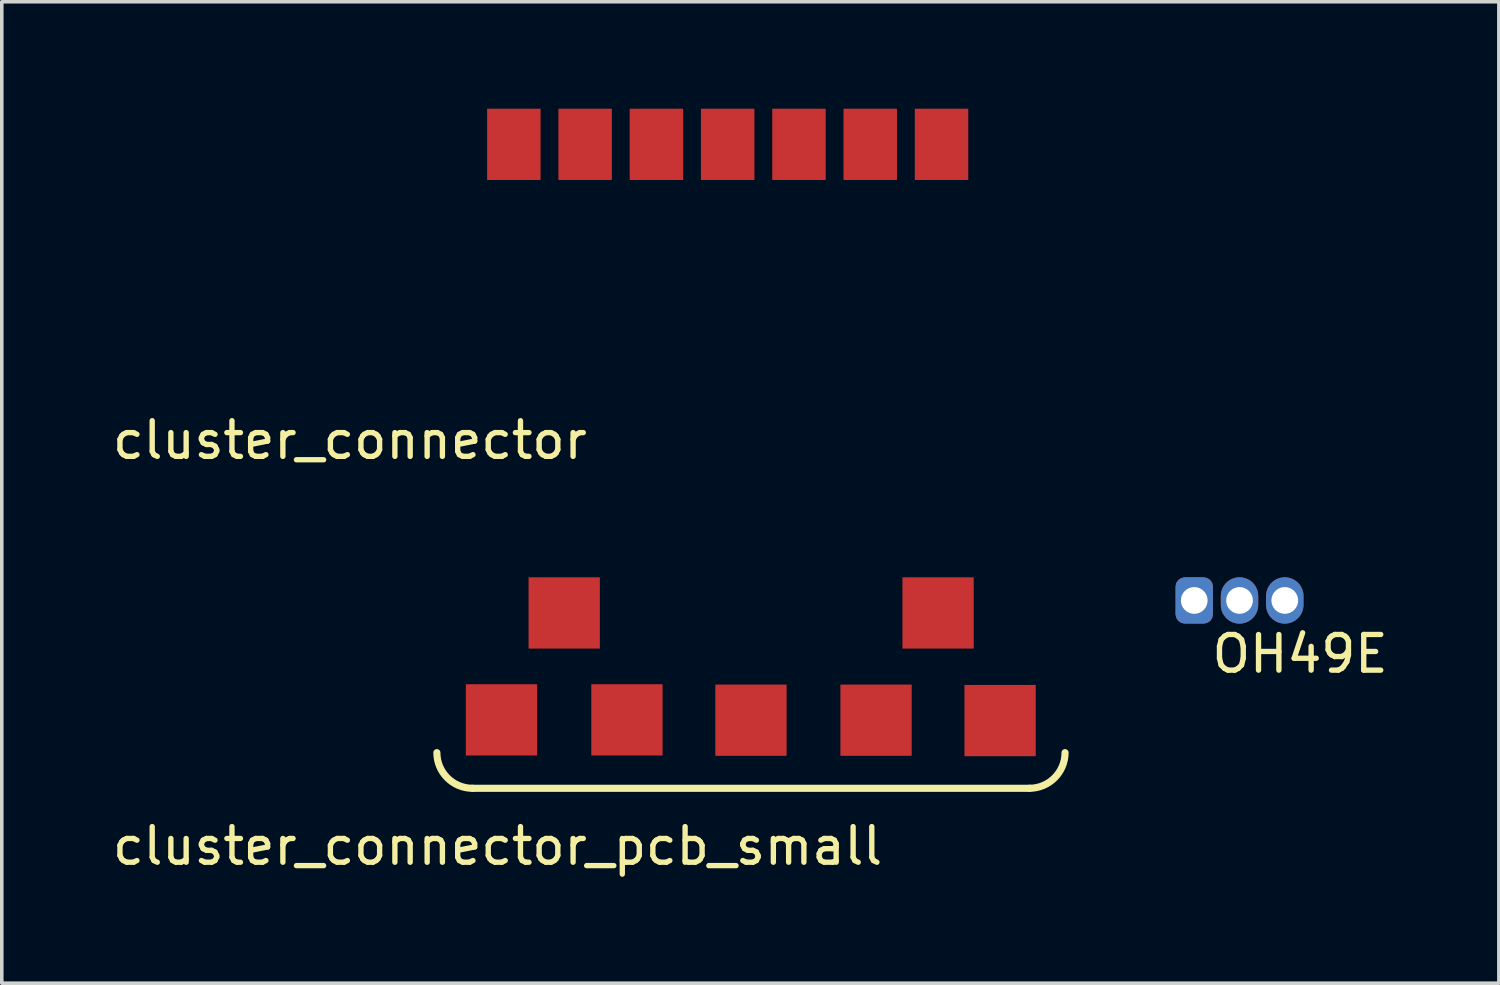
<source format=kicad_pcb>
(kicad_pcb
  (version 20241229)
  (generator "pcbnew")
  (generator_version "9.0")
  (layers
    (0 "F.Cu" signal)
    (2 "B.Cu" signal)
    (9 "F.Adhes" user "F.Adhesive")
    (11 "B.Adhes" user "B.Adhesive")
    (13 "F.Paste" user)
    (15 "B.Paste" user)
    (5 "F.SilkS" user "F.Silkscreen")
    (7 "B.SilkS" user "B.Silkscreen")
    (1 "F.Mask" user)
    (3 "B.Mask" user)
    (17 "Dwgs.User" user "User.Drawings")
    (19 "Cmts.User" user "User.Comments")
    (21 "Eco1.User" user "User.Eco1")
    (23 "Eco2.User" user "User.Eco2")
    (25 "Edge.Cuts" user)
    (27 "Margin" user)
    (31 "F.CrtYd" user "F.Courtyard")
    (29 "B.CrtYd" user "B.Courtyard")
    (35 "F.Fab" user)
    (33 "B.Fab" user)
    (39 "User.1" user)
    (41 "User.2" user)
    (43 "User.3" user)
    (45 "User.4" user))
  (footprint "OH49E"
    (layer "F.Cu")
    (at 31.729 13.798)
    (property "Reference" "OH49E" (at 1.7 1.5 0) (layer "F.SilkS") (effects (font (size 1 1) (thickness 0.15))))
    (attr through_hole)
    (pad "1" thru_hole roundrect (at -1.27 0) (size 1.05 1.3) (drill 0.75) (layers "*.Cu" "*.Mask") (roundrect_rratio 0.25))
    (pad "2" thru_hole oval (at 0 0) (size 1.05 1.3) (drill 0.75) (layers "*.Cu" "*.Mask"))
    (pad "3" thru_hole oval (at 1.27 0) (size 1.05 1.3) (drill 0.75) (layers "*.Cu" "*.Mask")))
  (footprint "cluster_connector_pcb_small"
    (layer "F.Cu")
    (at 18.031 14.448)
    (property "Reference" "cluster_connector_pcb_small" (at -7.12 6.24 0) (layer "F.SilkS") (effects (font (size 1 1) (thickness 0.15))))
    (attr through_hole)
    (fp_line (start 7.803 4.62) (end -7.823 4.62) (stroke (width 0.2) (type solid)) (layer "F.SilkS"))
    (fp_arc (start -7.822833 4.620001) (mid -8.52994 4.327108) (end -8.822833 3.620001) (stroke (width 0.2) (type solid)) (layer "F.SilkS"))
    (fp_arc (start 8.802832 3.620001) (mid 8.509939 4.327107) (end 7.802833 4.62) (stroke (width 0.2) (type solid)) (layer "F.SilkS"))
    (pad "1" smd rect (at -5.25 -0.3) (size 2 2) (layers "F.Cu" "F.Mask" "F.Paste"))
    (pad "2" smd rect (at -7.01 2.7) (size 2 2) (layers "F.Cu" "F.Mask" "F.Paste"))
    (pad "3" smd rect (at -3.49 2.7) (size 2 2) (layers "F.Cu" "F.Mask" "F.Paste"))
    (pad "4" smd rect (at -0.01 2.71) (size 2 2) (layers "F.Cu" "F.Mask" "F.Paste"))
    (pad "5" smd rect (at 3.5 2.71) (size 2 2) (layers "F.Cu" "F.Mask" "F.Paste"))
    (pad "6" smd rect (at 6.98 2.72) (size 2 2) (layers "F.Cu" "F.Mask" "F.Paste"))
    (pad "7" smd rect (at 5.24 -0.3) (size 2 2) (layers "F.Cu" "F.Mask" "F.Paste")))
  (footprint "cluster_connector"
    (layer "F.Cu")
    (at 11.368 1)
    (property "Reference" "cluster_connector" (at -4.6 8.3 0) (layer "F.SilkS") (effects (font (size 1 1) (thickness 0.15))))
    (attr through_hole)
    (pad "1" smd rect (at 0 0) (size 1.5 2) (layers "F.Cu" "F.Mask" "F.Paste"))
    (pad "2" smd rect (at 2 0) (size 1.5 2) (layers "F.Cu" "F.Mask" "F.Paste"))
    (pad "3" smd rect (at 4 0) (size 1.5 2) (layers "F.Cu" "F.Mask" "F.Paste"))
    (pad "4" smd rect (at 6 0) (size 1.5 2) (layers "F.Cu" "F.Mask" "F.Paste"))
    (pad "5" smd rect (at 8 0) (size 1.5 2) (layers "F.Cu" "F.Mask" "F.Paste"))
    (pad "6" smd rect (at 10 0) (size 1.5 2) (layers "F.Cu" "F.Mask" "F.Paste"))
    (pad "7" smd rect (at 12 0) (size 1.5 2) (layers "F.Cu" "F.Mask" "F.Paste")))
  (gr_rect
    (start -3 -3)
    (end 39.006 24.537)
    (stroke (width 0.1) (type default))
    (fill no)
    (layer "Edge.Cuts")))
</source>
